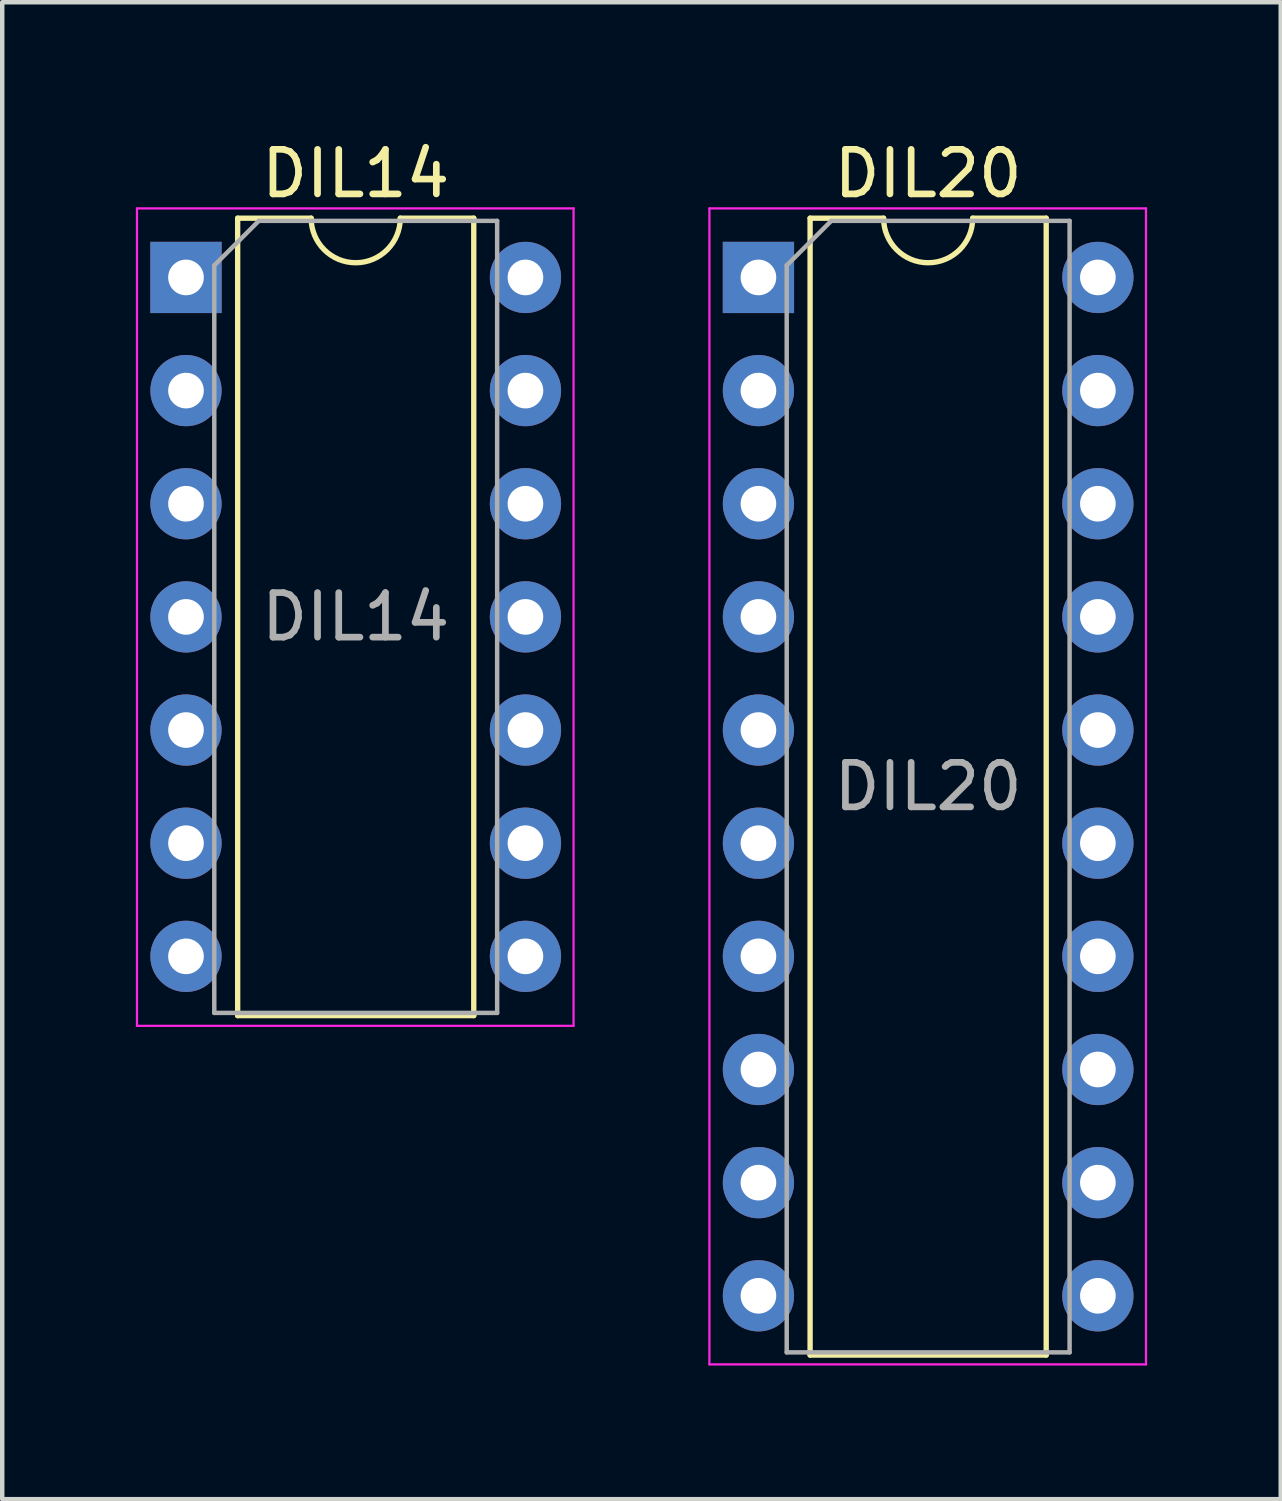
<source format=kicad_pcb>
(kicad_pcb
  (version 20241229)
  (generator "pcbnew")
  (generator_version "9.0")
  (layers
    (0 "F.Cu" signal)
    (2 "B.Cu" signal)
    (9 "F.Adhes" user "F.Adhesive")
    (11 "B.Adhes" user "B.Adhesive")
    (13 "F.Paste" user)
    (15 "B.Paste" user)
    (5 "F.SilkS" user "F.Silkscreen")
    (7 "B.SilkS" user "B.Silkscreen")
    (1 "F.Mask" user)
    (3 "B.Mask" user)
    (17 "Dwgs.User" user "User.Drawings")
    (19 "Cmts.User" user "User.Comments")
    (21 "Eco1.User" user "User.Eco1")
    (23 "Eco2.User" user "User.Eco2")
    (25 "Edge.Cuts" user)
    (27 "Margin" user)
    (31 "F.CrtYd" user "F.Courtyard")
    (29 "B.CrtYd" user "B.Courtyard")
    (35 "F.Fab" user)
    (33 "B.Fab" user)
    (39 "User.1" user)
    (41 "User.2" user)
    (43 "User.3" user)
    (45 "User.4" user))
  (footprint "DIL14"
    (layer "F.Cu")
    (at 1.125 3.178)
    (property "Reference" "DIL14" (at 3.81 -2.33 0) (layer "F.SilkS") (effects (font (size 1 1) (thickness 0.15))))
    (attr through_hole)
    (fp_line (start 1.16 -1.33) (end 1.16 16.57) (stroke (width 0.12) (type solid)) (layer "F.SilkS"))
    (fp_line (start 1.16 16.57) (end 6.46 16.57) (stroke (width 0.12) (type solid)) (layer "F.SilkS"))
    (fp_line (start 2.81 -1.33) (end 1.16 -1.33) (stroke (width 0.12) (type solid)) (layer "F.SilkS"))
    (fp_line (start 6.46 -1.33) (end 4.81 -1.33) (stroke (width 0.12) (type solid)) (layer "F.SilkS"))
    (fp_line (start 6.46 16.57) (end 6.46 -1.33) (stroke (width 0.12) (type solid)) (layer "F.SilkS"))
    (fp_arc (start 4.81 -1.33) (mid 3.81 -0.33) (end 2.81 -1.33) (stroke (width 0.12) (type solid)) (layer "F.SilkS"))
    (fp_line (start -1.1 -1.55) (end -1.1 16.8) (stroke (width 0.05) (type solid)) (layer "F.CrtYd"))
    (fp_line (start -1.1 16.8) (end 8.7 16.8) (stroke (width 0.05) (type solid)) (layer "F.CrtYd"))
    (fp_line (start 8.7 -1.55) (end -1.1 -1.55) (stroke (width 0.05) (type solid)) (layer "F.CrtYd"))
    (fp_line (start 8.7 16.8) (end 8.7 -1.55) (stroke (width 0.05) (type solid)) (layer "F.CrtYd"))
    (fp_line (start 0.635 -0.27) (end 1.635 -1.27) (stroke (width 0.1) (type solid)) (layer "F.Fab"))
    (fp_line (start 0.635 16.51) (end 0.635 -0.27) (stroke (width 0.1) (type solid)) (layer "F.Fab"))
    (fp_line (start 1.635 -1.27) (end 6.985 -1.27) (stroke (width 0.1) (type solid)) (layer "F.Fab"))
    (fp_line (start 6.985 -1.27) (end 6.985 16.51) (stroke (width 0.1) (type solid)) (layer "F.Fab"))
    (fp_line (start 6.985 16.51) (end 0.635 16.51) (stroke (width 0.1) (type solid)) (layer "F.Fab"))
    (fp_text user "${REFERENCE}" (at 3.81 7.62 0) (layer "F.Fab") (effects (font (size 1 1) (thickness 0.15))))
    (pad "1" thru_hole rect (at 0 0) (size 1.6 1.6) (drill 0.8) (layers "*.Cu" "*.Mask"))
    (pad "2" thru_hole oval (at 0 2.54) (size 1.6 1.6) (drill 0.8) (layers "*.Cu" "*.Mask"))
    (pad "3" thru_hole oval (at 0 5.08) (size 1.6 1.6) (drill 0.8) (layers "*.Cu" "*.Mask"))
    (pad "4" thru_hole oval (at 0 7.62) (size 1.6 1.6) (drill 0.8) (layers "*.Cu" "*.Mask"))
    (pad "5" thru_hole oval (at 0 10.16) (size 1.6 1.6) (drill 0.8) (layers "*.Cu" "*.Mask"))
    (pad "6" thru_hole oval (at 0 12.7) (size 1.6 1.6) (drill 0.8) (layers "*.Cu" "*.Mask"))
    (pad "7" thru_hole oval (at 0 15.24) (size 1.6 1.6) (drill 0.8) (layers "*.Cu" "*.Mask"))
    (pad "8" thru_hole oval (at 7.62 15.24) (size 1.6 1.6) (drill 0.8) (layers "*.Cu" "*.Mask"))
    (pad "9" thru_hole oval (at 7.62 12.7) (size 1.6 1.6) (drill 0.8) (layers "*.Cu" "*.Mask"))
    (pad "10" thru_hole oval (at 7.62 10.16) (size 1.6 1.6) (drill 0.8) (layers "*.Cu" "*.Mask"))
    (pad "11" thru_hole oval (at 7.62 7.62) (size 1.6 1.6) (drill 0.8) (layers "*.Cu" "*.Mask"))
    (pad "12" thru_hole oval (at 7.62 5.08) (size 1.6 1.6) (drill 0.8) (layers "*.Cu" "*.Mask"))
    (pad "13" thru_hole oval (at 7.62 2.54) (size 1.6 1.6) (drill 0.8) (layers "*.Cu" "*.Mask"))
    (pad "14" thru_hole oval (at 7.62 0) (size 1.6 1.6) (drill 0.8) (layers "*.Cu" "*.Mask")))
  (footprint "DIL20"
    (layer "F.Cu")
    (at 13.975 3.178)
    (property "Reference" "DIL20" (at 3.81 -2.33 0) (layer "F.SilkS") (effects (font (size 1 1) (thickness 0.15))))
    (attr through_hole)
    (fp_line (start 1.16 -1.33) (end 1.16 24.19) (stroke (width 0.12) (type solid)) (layer "F.SilkS"))
    (fp_line (start 1.16 24.19) (end 6.46 24.19) (stroke (width 0.12) (type solid)) (layer "F.SilkS"))
    (fp_line (start 2.81 -1.33) (end 1.16 -1.33) (stroke (width 0.12) (type solid)) (layer "F.SilkS"))
    (fp_line (start 6.46 -1.33) (end 4.81 -1.33) (stroke (width 0.12) (type solid)) (layer "F.SilkS"))
    (fp_line (start 6.46 24.19) (end 6.46 -1.33) (stroke (width 0.12) (type solid)) (layer "F.SilkS"))
    (fp_arc (start 4.81 -1.33) (mid 3.81 -0.33) (end 2.81 -1.33) (stroke (width 0.12) (type solid)) (layer "F.SilkS"))
    (fp_line (start -1.1 -1.55) (end -1.1 24.4) (stroke (width 0.05) (type solid)) (layer "F.CrtYd"))
    (fp_line (start -1.1 24.4) (end 8.7 24.4) (stroke (width 0.05) (type solid)) (layer "F.CrtYd"))
    (fp_line (start 8.7 -1.55) (end -1.1 -1.55) (stroke (width 0.05) (type solid)) (layer "F.CrtYd"))
    (fp_line (start 8.7 24.4) (end 8.7 -1.55) (stroke (width 0.05) (type solid)) (layer "F.CrtYd"))
    (fp_line (start 0.635 -0.27) (end 1.635 -1.27) (stroke (width 0.1) (type solid)) (layer "F.Fab"))
    (fp_line (start 0.635 24.13) (end 0.635 -0.27) (stroke (width 0.1) (type solid)) (layer "F.Fab"))
    (fp_line (start 1.635 -1.27) (end 6.985 -1.27) (stroke (width 0.1) (type solid)) (layer "F.Fab"))
    (fp_line (start 6.985 -1.27) (end 6.985 24.13) (stroke (width 0.1) (type solid)) (layer "F.Fab"))
    (fp_line (start 6.985 24.13) (end 0.635 24.13) (stroke (width 0.1) (type solid)) (layer "F.Fab"))
    (fp_text user "${REFERENCE}" (at 3.81 11.43 0) (layer "F.Fab") (effects (font (size 1 1) (thickness 0.15))))
    (pad "1" thru_hole rect (at 0 0) (size 1.6 1.6) (drill 0.8) (layers "*.Cu" "*.Mask"))
    (pad "2" thru_hole oval (at 0 2.54) (size 1.6 1.6) (drill 0.8) (layers "*.Cu" "*.Mask"))
    (pad "3" thru_hole oval (at 0 5.08) (size 1.6 1.6) (drill 0.8) (layers "*.Cu" "*.Mask"))
    (pad "4" thru_hole oval (at 0 7.62) (size 1.6 1.6) (drill 0.8) (layers "*.Cu" "*.Mask"))
    (pad "5" thru_hole oval (at 0 10.16) (size 1.6 1.6) (drill 0.8) (layers "*.Cu" "*.Mask"))
    (pad "6" thru_hole oval (at 0 12.7) (size 1.6 1.6) (drill 0.8) (layers "*.Cu" "*.Mask"))
    (pad "7" thru_hole oval (at 0 15.24) (size 1.6 1.6) (drill 0.8) (layers "*.Cu" "*.Mask"))
    (pad "8" thru_hole oval (at 0 17.78) (size 1.6 1.6) (drill 0.8) (layers "*.Cu" "*.Mask"))
    (pad "9" thru_hole oval (at 0 20.32) (size 1.6 1.6) (drill 0.8) (layers "*.Cu" "*.Mask"))
    (pad "10" thru_hole oval (at 0 22.86) (size 1.6 1.6) (drill 0.8) (layers "*.Cu" "*.Mask"))
    (pad "11" thru_hole oval (at 7.62 22.86) (size 1.6 1.6) (drill 0.8) (layers "*.Cu" "*.Mask"))
    (pad "12" thru_hole oval (at 7.62 20.32) (size 1.6 1.6) (drill 0.8) (layers "*.Cu" "*.Mask"))
    (pad "13" thru_hole oval (at 7.62 17.78) (size 1.6 1.6) (drill 0.8) (layers "*.Cu" "*.Mask"))
    (pad "14" thru_hole oval (at 7.62 15.24) (size 1.6 1.6) (drill 0.8) (layers "*.Cu" "*.Mask"))
    (pad "15" thru_hole oval (at 7.62 12.7) (size 1.6 1.6) (drill 0.8) (layers "*.Cu" "*.Mask"))
    (pad "16" thru_hole oval (at 7.62 10.16) (size 1.6 1.6) (drill 0.8) (layers "*.Cu" "*.Mask"))
    (pad "17" thru_hole oval (at 7.62 7.62) (size 1.6 1.6) (drill 0.8) (layers "*.Cu" "*.Mask"))
    (pad "18" thru_hole oval (at 7.62 5.08) (size 1.6 1.6) (drill 0.8) (layers "*.Cu" "*.Mask"))
    (pad "19" thru_hole oval (at 7.62 2.54) (size 1.6 1.6) (drill 0.8) (layers "*.Cu" "*.Mask"))
    (pad "20" thru_hole oval (at 7.62 0) (size 1.6 1.6) (drill 0.8) (layers "*.Cu" "*.Mask")))
  (gr_rect
    (start -3 -3)
    (end 25.7 30.603)
    (stroke (width 0.1) (type default))
    (fill no)
    (layer "Edge.Cuts")))
</source>
